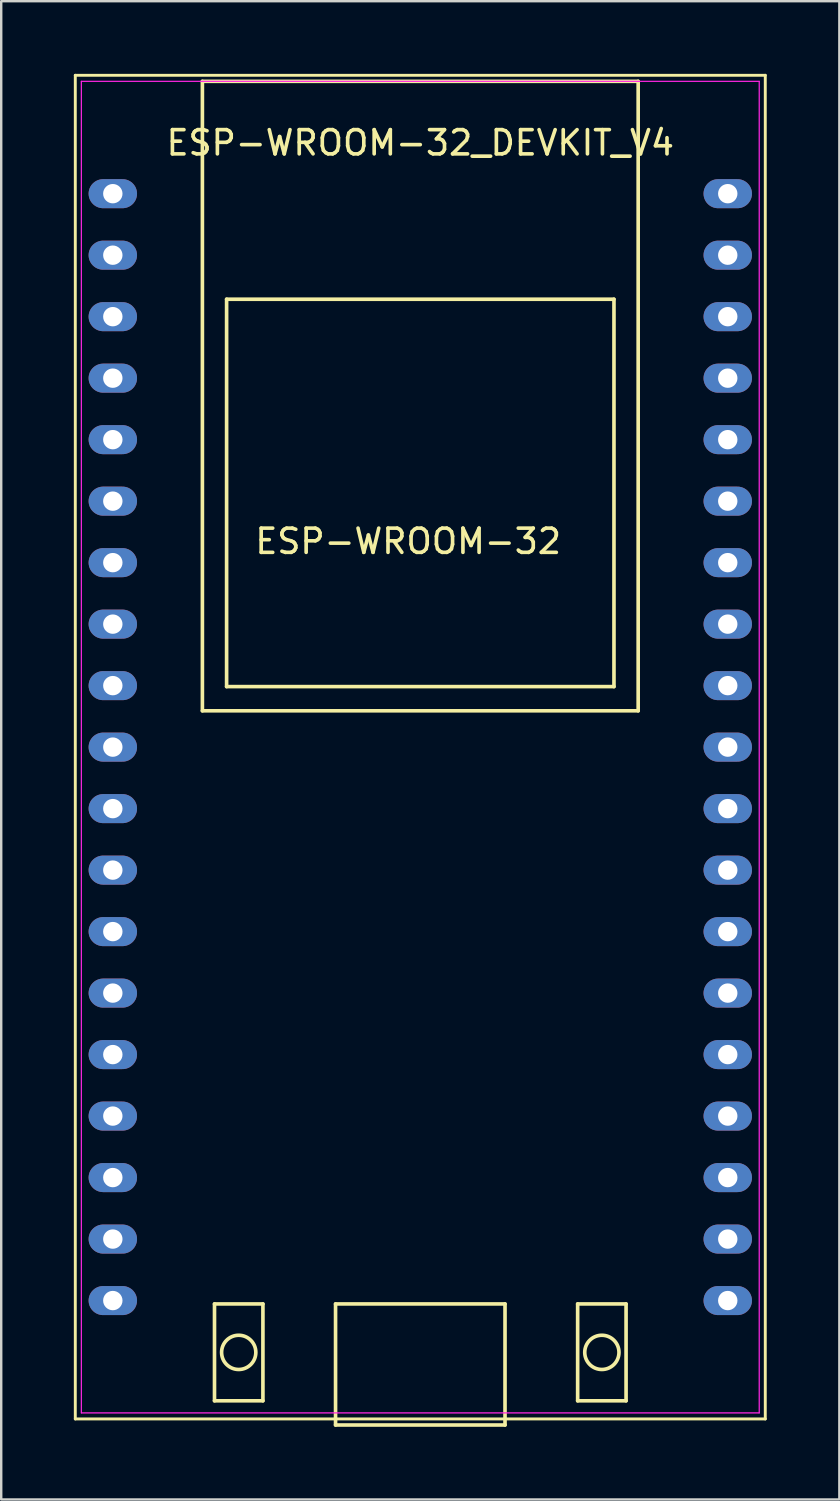
<source format=kicad_pcb>
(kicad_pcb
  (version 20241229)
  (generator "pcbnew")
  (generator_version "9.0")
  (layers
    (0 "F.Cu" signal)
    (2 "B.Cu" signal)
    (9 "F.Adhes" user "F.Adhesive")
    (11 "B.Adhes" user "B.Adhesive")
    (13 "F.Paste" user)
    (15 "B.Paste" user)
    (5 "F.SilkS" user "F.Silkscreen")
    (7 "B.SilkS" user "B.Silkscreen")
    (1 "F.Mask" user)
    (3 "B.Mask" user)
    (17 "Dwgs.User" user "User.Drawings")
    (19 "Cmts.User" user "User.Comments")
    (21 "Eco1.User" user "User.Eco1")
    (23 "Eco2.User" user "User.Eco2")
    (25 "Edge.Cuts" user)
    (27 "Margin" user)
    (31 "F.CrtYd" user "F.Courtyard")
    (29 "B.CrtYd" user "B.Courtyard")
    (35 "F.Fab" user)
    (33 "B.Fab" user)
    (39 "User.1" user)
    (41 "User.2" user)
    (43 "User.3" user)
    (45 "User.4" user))
  (footprint "ESP-WROOM-32_DEVKIT_V4"
    (layer "F.Cu")
    (at 14.31 27.81)
    (property "Reference" "ESP-WROOM-32_DEVKIT_V4" (at 0 -24.96 0) (layer "F.SilkS") (effects (font (size 1 1) (thickness 0.15))))
    (attr through_hole)
    (fp_line (start -14.25 -27.75) (end -14.25 27.75) (stroke (width 0.12) (type solid)) (layer "F.SilkS"))
    (fp_line (start -14.25 27.75) (end 14.25 27.75) (stroke (width 0.12) (type solid)) (layer "F.SilkS"))
    (fp_line (start -9 -27.5) (end -9 -1.5) (stroke (width 0.15) (type solid)) (layer "F.SilkS"))
    (fp_line (start -9 -1.5) (end 9 -1.5) (stroke (width 0.15) (type solid)) (layer "F.SilkS"))
    (fp_line (start -8.5 23) (end -8.5 27) (stroke (width 0.15) (type solid)) (layer "F.SilkS"))
    (fp_line (start -8.5 27) (end -6.5 27) (stroke (width 0.15) (type solid)) (layer "F.SilkS"))
    (fp_line (start -8 -18.5) (end -8 -2.5) (stroke (width 0.15) (type solid)) (layer "F.SilkS"))
    (fp_line (start -8 -2.5) (end 8 -2.5) (stroke (width 0.15) (type solid)) (layer "F.SilkS"))
    (fp_line (start -6.5 23) (end -8.5 23) (stroke (width 0.15) (type solid)) (layer "F.SilkS"))
    (fp_line (start -6.5 27) (end -6.5 23) (stroke (width 0.15) (type solid)) (layer "F.SilkS"))
    (fp_line (start -3.5 23) (end -3.5 28) (stroke (width 0.15) (type solid)) (layer "F.SilkS"))
    (fp_line (start -3.5 28) (end 3.5 28) (stroke (width 0.15) (type solid)) (layer "F.SilkS"))
    (fp_line (start 3.5 23) (end -3.5 23) (stroke (width 0.15) (type solid)) (layer "F.SilkS"))
    (fp_line (start 3.5 28) (end 3.5 23) (stroke (width 0.15) (type solid)) (layer "F.SilkS"))
    (fp_line (start 6.5 23) (end 6.5 27) (stroke (width 0.15) (type solid)) (layer "F.SilkS"))
    (fp_line (start 6.5 27) (end 8.5 27) (stroke (width 0.15) (type solid)) (layer "F.SilkS"))
    (fp_line (start 8 -18.5) (end -8 -18.5) (stroke (width 0.15) (type solid)) (layer "F.SilkS"))
    (fp_line (start 8 -2.5) (end 8 -18.5) (stroke (width 0.15) (type solid)) (layer "F.SilkS"))
    (fp_line (start 8.5 23) (end 6.5 23) (stroke (width 0.15) (type solid)) (layer "F.SilkS"))
    (fp_line (start 8.5 27) (end 8.5 23) (stroke (width 0.15) (type solid)) (layer "F.SilkS"))
    (fp_line (start 9 -27.5) (end -9 -27.5) (stroke (width 0.15) (type solid)) (layer "F.SilkS"))
    (fp_line (start 9 -1.5) (end 9 -27.5) (stroke (width 0.15) (type solid)) (layer "F.SilkS"))
    (fp_line (start 14.25 -27.75) (end -14.25 -27.75) (stroke (width 0.12) (type solid)) (layer "F.SilkS"))
    (fp_line (start 14.25 27.75) (end 14.25 -27.75) (stroke (width 0.12) (type solid)) (layer "F.SilkS"))
    (fp_circle (center -7.5 25) (end -7 24.5) (stroke (width 0.15) (type solid)) (fill no) (layer "F.SilkS"))
    (fp_circle (center 7.5 25) (end 8 24.5) (stroke (width 0.15) (type solid)) (fill no) (layer "F.SilkS"))
    (fp_line (start -14 -27.5) (end 14 -27.5) (stroke (width 0.05) (type solid)) (layer "F.CrtYd"))
    (fp_line (start -14 27.5) (end -14 -27.5) (stroke (width 0.05) (type solid)) (layer "F.CrtYd"))
    (fp_line (start 14 -27.5) (end 14 27.5) (stroke (width 0.05) (type solid)) (layer "F.CrtYd"))
    (fp_line (start 14 27.5) (end -14 27.5) (stroke (width 0.05) (type solid)) (layer "F.CrtYd"))
    (fp_text user "ESP-WROOM-32" (at -0.5 -8.5 0) (layer "F.SilkS") (effects (font (size 1 1) (thickness 0.15))))
    (pad "0" thru_hole oval (at 12.7 10.16 270) (size 1.2 2) (drill 0.8) (layers "*.Cu" "*.Mask"))
    (pad "2" thru_hole oval (at 12.7 12.7 270) (size 1.2 2) (drill 0.8) (layers "*.Cu" "*.Mask"))
    (pad "3V3" thru_hole oval (at -12.7 -22.86 270) (size 1.2 2) (drill 0.8) (layers "*.Cu" "*.Mask"))
    (pad "4" thru_hole oval (at 12.7 7.62 270) (size 1.2 2) (drill 0.8) (layers "*.Cu" "*.Mask"))
    (pad "5" thru_hole oval (at 12.7 0 270) (size 1.2 2) (drill 0.8) (layers "*.Cu" "*.Mask"))
    (pad "5V" thru_hole oval (at -12.7 22.86 270) (size 1.2 2) (drill 0.8) (layers "*.Cu" "*.Mask"))
    (pad "12" thru_hole oval (at -12.7 7.62 270) (size 1.2 2) (drill 0.8) (layers "*.Cu" "*.Mask"))
    (pad "13" thru_hole oval (at -12.7 12.7 270) (size 1.2 2) (drill 0.8) (layers "*.Cu" "*.Mask"))
    (pad "14" thru_hole oval (at -12.7 5.08 270) (size 1.2 2) (drill 0.8) (layers "*.Cu" "*.Mask"))
    (pad "15" thru_hole oval (at 12.7 15.24 270) (size 1.2 2) (drill 0.8) (layers "*.Cu" "*.Mask"))
    (pad "16" thru_hole oval (at 12.7 5.08 270) (size 1.2 2) (drill 0.8) (layers "*.Cu" "*.Mask"))
    (pad "17" thru_hole oval (at 12.7 2.54 270) (size 1.2 2) (drill 0.8) (layers "*.Cu" "*.Mask"))
    (pad "18" thru_hole oval (at 12.7 -2.54 270) (size 1.2 2) (drill 0.8) (layers "*.Cu" "*.Mask"))
    (pad "19" thru_hole oval (at 12.7 -5.08 270) (size 1.2 2) (drill 0.8) (layers "*.Cu" "*.Mask"))
    (pad "21" thru_hole oval (at 12.7 -10.16 270) (size 1.2 2) (drill 0.8) (layers "*.Cu" "*.Mask"))
    (pad "22" thru_hole oval (at 12.7 -17.78 270) (size 1.2 2) (drill 0.8) (layers "*.Cu" "*.Mask"))
    (pad "23" thru_hole oval (at 12.7 -20.32 270) (size 1.2 2) (drill 0.8) (layers "*.Cu" "*.Mask"))
    (pad "25" thru_hole oval (at -12.7 -2.54 270) (size 1.2 2) (drill 0.8) (layers "*.Cu" "*.Mask"))
    (pad "26" thru_hole oval (at -12.7 0 270) (size 1.2 2) (drill 0.8) (layers "*.Cu" "*.Mask"))
    (pad "27" thru_hole oval (at -12.7 2.54 270) (size 1.2 2) (drill 0.8) (layers "*.Cu" "*.Mask"))
    (pad "32" thru_hole oval (at -12.7 -7.62 270) (size 1.2 2) (drill 0.8) (layers "*.Cu" "*.Mask"))
    (pad "33" thru_hole oval (at -12.7 -5.08 270) (size 1.2 2) (drill 0.8) (layers "*.Cu" "*.Mask"))
    (pad "34" thru_hole oval (at -12.7 -12.7 270) (size 1.2 2) (drill 0.8) (layers "*.Cu" "*.Mask"))
    (pad "35" thru_hole oval (at -12.7 -10.16 270) (size 1.2 2) (drill 0.8) (layers "*.Cu" "*.Mask"))
    (pad "CLK" thru_hole oval (at 12.7 22.86 270) (size 1.2 2) (drill 0.8) (layers "*.Cu" "*.Mask"))
    (pad "CMD" thru_hole oval (at -12.7 20.32 270) (size 1.2 2) (drill 0.8) (layers "*.Cu" "*.Mask"))
    (pad "D0" thru_hole oval (at 12.7 20.32 270) (size 1.2 2) (drill 0.8) (layers "*.Cu" "*.Mask"))
    (pad "D1" thru_hole oval (at 12.7 17.78 270) (size 1.2 2) (drill 0.8) (layers "*.Cu" "*.Mask"))
    (pad "D2" thru_hole oval (at -12.7 15.24 270) (size 1.2 2) (drill 0.8) (layers "*.Cu" "*.Mask"))
    (pad "D3" thru_hole oval (at -12.7 17.78 270) (size 1.2 2) (drill 0.8) (layers "*.Cu" "*.Mask"))
    (pad "EN" thru_hole oval (at -12.7 -20.32 270) (size 1.2 2) (drill 0.8) (layers "*.Cu" "*.Mask"))
    (pad "GND" thru_hole oval (at -12.7 10.16 270) (size 1.2 2) (drill 0.8) (layers "*.Cu" "*.Mask"))
    (pad "GND" thru_hole oval (at 12.7 -22.86 270) (size 1.2 2) (drill 0.8) (layers "*.Cu" "*.Mask"))
    (pad "GND" thru_hole oval (at 12.7 -7.62 270) (size 1.2 2) (drill 0.8) (layers "*.Cu" "*.Mask"))
    (pad "RX" thru_hole oval (at 12.7 -12.7 270) (size 1.2 2) (drill 0.8) (layers "*.Cu" "*.Mask"))
    (pad "TX" thru_hole oval (at 12.7 -15.24 270) (size 1.2 2) (drill 0.8) (layers "*.Cu" "*.Mask"))
    (pad "VN" thru_hole oval (at -12.7 -15.24 270) (size 1.2 2) (drill 0.8) (layers "*.Cu" "*.Mask"))
    (pad "VP" thru_hole oval (at -12.7 -17.78 270) (size 1.2 2) (drill 0.8) (layers "*.Cu" "*.Mask")))
  (gr_rect
    (start -3 -3)
    (end 31.62 58.885)
    (stroke (width 0.1) (type default))
    (fill no)
    (layer "Edge.Cuts")))
</source>
